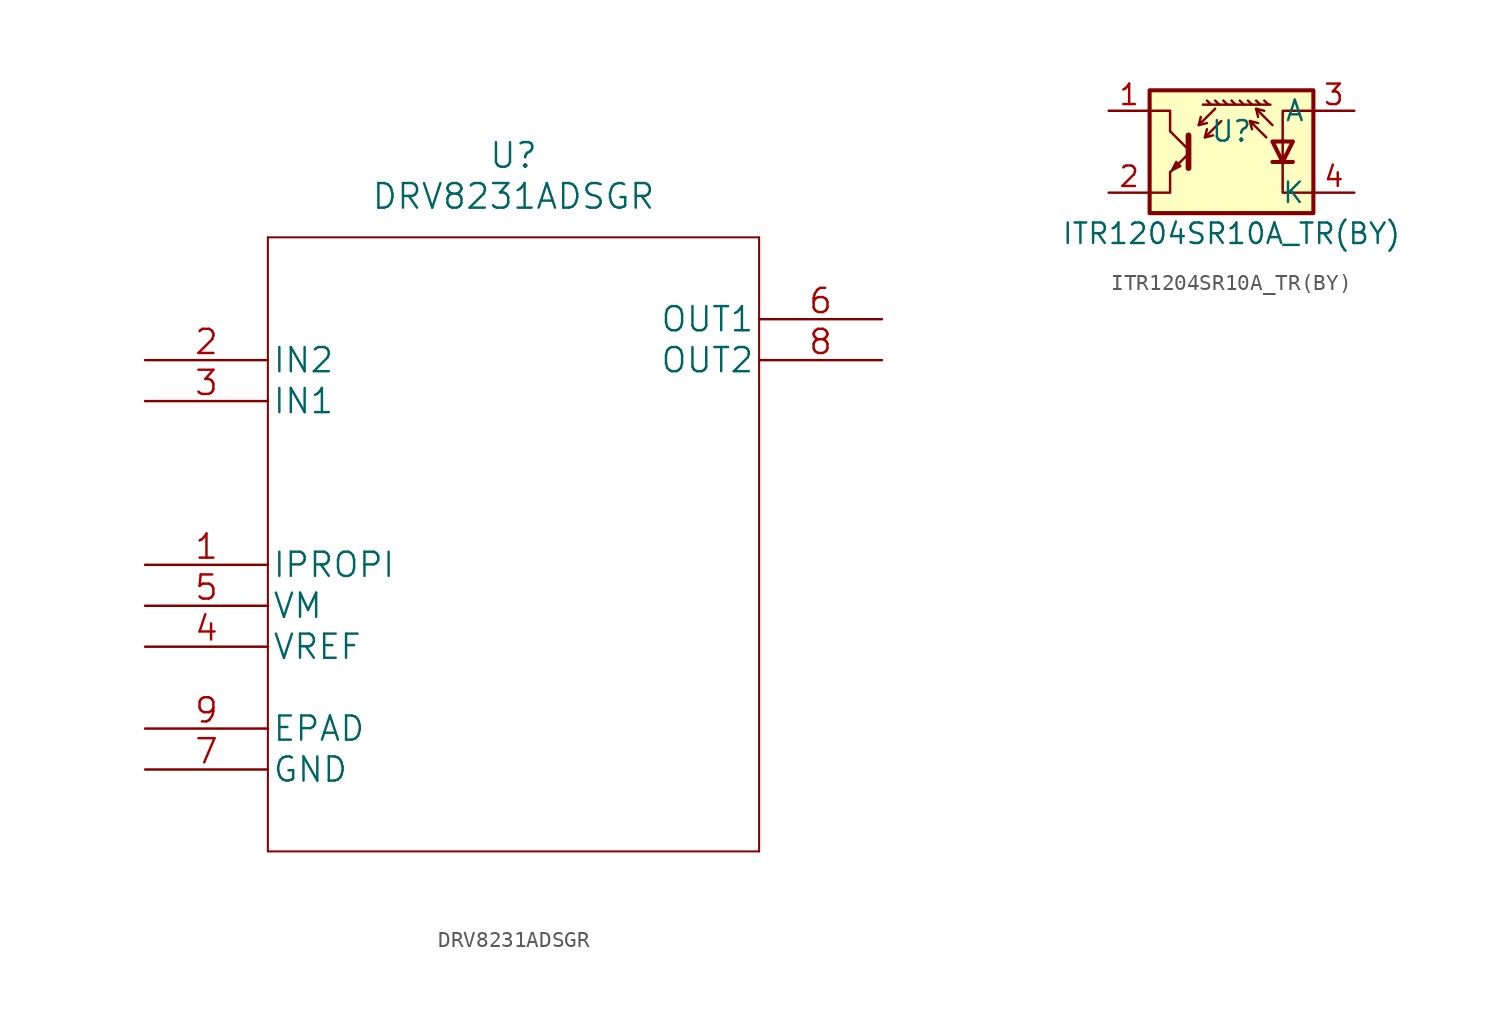
<source format=kicad_sym>
(kicad_symbol_lib
  (version 20241209)
  (generator "kicad_symbol_editor")
  (generator_version "9.0")
  (symbol "DRV8231ADSGR"
    (pin_names
      (offset 0.254))
    (property "Reference" "U"
      (at 22.86 12.7 0)
      (effects (font (size 1.524 1.524))))
    (property "Value" "DRV8231ADSGR"
      (at 22.86 10.16 0)
      (effects (font (size 1.524 1.524))))
    (property "Datasheet" ""
      (at 0 0 0)
      (effects (font (size 1.524 1.524))))
    (property "ki_locked" ""
      (at 0 0 0)
      (effects (font (size 1.27 1.27))))
    (symbol "DRV8231ADSGR_1_1"
      (polyline (pts (xy 7.62 7.62) (xy 7.62 -30.48)) (stroke (width 0.127) (type default)) (fill (type none)))
      (polyline (pts (xy 7.62 -30.48) (xy 38.1 -30.48)) (stroke (width 0.127) (type default)) (fill (type none)))
      (polyline (pts (xy 38.1 7.62) (xy 7.62 7.62)) (stroke (width 0.127) (type default)) (fill (type none)))
      (polyline (pts (xy 38.1 -30.48) (xy 38.1 7.62)) (stroke (width 0.127) (type default)) (fill (type none)))
      (pin input line (at 0 0 0) (length 7.62) (name "IN2" (effects (font (size 1.499 1.499)))) (number "2" (effects (font (size 1.499 1.499)))))
      (pin input line (at 0 -2.54 0) (length 7.62) (name "IN1" (effects (font (size 1.499 1.499)))) (number "3" (effects (font (size 1.499 1.499)))))
      (pin power_in line (at 0 -12.7 0) (length 7.62) (name "IPROPI" (effects (font (size 1.499 1.499)))) (number "1" (effects (font (size 1.499 1.499)))))
      (pin power_in line (at 0 -15.24 0) (length 7.62) (name "VM" (effects (font (size 1.499 1.499)))) (number "5" (effects (font (size 1.499 1.499)))))
      (pin power_in line (at 0 -17.78 0) (length 7.62) (name "VREF" (effects (font (size 1.499 1.499)))) (number "4" (effects (font (size 1.499 1.499)))))
      (pin power_in line (at 0 -22.86 0) (length 7.62) (name "EPAD" (effects (font (size 1.499 1.499)))) (number "9" (effects (font (size 1.499 1.499)))))
      (pin power_in line (at 0 -25.4 0) (length 7.62) (name "GND" (effects (font (size 1.499 1.499)))) (number "7" (effects (font (size 1.499 1.499)))))
      (pin output line (at 45.72 2.54 180) (length 7.62) (name "OUT1" (effects (font (size 1.499 1.499)))) (number "6" (effects (font (size 1.499 1.499)))))
      (pin output line (at 45.72 0 180) (length 7.62) (name "OUT2" (effects (font (size 1.499 1.499)))) (number "8" (effects (font (size 1.499 1.499)))))))
  (symbol "ITR1204SR10A_TR(BY)"
    (property "Reference" "U"
      (at 0 3.81 0)
      (effects (font (size 1.27 1.27))))
    (property "Value" "ITR1204SR10A_TR(BY)"
      (at 0 -2.54 0)
      (effects (font (size 1.27 1.27))))
    (symbol "ITR1204SR10A_TR(BY)_0_1"
      (polyline (pts (xy -3.81 3.81) (xy -3.81 5.08) (xy -5.08 5.08)) (stroke (width 0) (type default)) (fill (type none)))
      (polyline (pts (xy -3.81 1.27) (xy -3.81 0) (xy -5.08 0)) (stroke (width 0) (type default)) (fill (type none)))
      (polyline (pts (xy -3.683 1.397) (xy -3.429 1.905) (xy -3.175 1.651) (xy -3.683 1.397)) (stroke (width 0) (type default)) (fill (type none)))
      (polyline (pts (xy -2.667 3.556) (xy -2.667 1.524) (xy -2.667 1.524)) (stroke (width 0.356) (type default)) (fill (type none)))
      (polyline (pts (xy -2.667 2.667) (xy -3.81 3.81)) (stroke (width 0) (type default)) (fill (type none)))
      (polyline (pts (xy -2.667 2.413) (xy -3.81 1.27)) (stroke (width 0) (type default)) (fill (type none)))
      (polyline (pts (xy -2.032 4.191) (xy -1.524 4.318)) (stroke (width 0) (type default)) (fill (type none)))
      (polyline (pts (xy -1.778 5.461) (xy 2.413 5.461)) (stroke (width 0) (type default)) (fill (type none)))
      (polyline (pts (xy -1.651 3.429) (xy -1.143 3.556)) (stroke (width 0) (type default)) (fill (type none)))
      (polyline (pts (xy -1.27 5.461) (xy -1.524 5.715)) (stroke (width 0) (type default)) (fill (type none)))
      (polyline (pts (xy -1.016 5.207) (xy -2.032 4.191) (xy -1.905 4.699)) (stroke (width 0) (type default)) (fill (type none)))
      (polyline (pts (xy -0.762 5.461) (xy -1.016 5.715)) (stroke (width 0) (type default)) (fill (type none)))
      (polyline (pts (xy -0.635 4.445) (xy -1.651 3.429) (xy -1.524 3.937)) (stroke (width 0) (type default)) (fill (type none)))
      (polyline (pts (xy -0.254 5.461) (xy -0.508 5.715)) (stroke (width 0) (type default)) (fill (type none)))
      (polyline (pts (xy 0.254 5.461) (xy 0 5.715)) (stroke (width 0) (type default)) (fill (type none)))
      (polyline (pts (xy 0.762 5.461) (xy 0.508 5.715)) (stroke (width 0) (type default)) (fill (type none)))
      (polyline (pts (xy 1.143 4.445) (xy 1.27 3.937)) (stroke (width 0) (type default)) (fill (type none)))
      (polyline (pts (xy 1.27 5.461) (xy 1.016 5.715)) (stroke (width 0) (type default)) (fill (type none)))
      (polyline (pts (xy 1.524 5.207) (xy 1.651 4.699)) (stroke (width 0) (type default)) (fill (type none)))
      (polyline (pts (xy 1.778 5.461) (xy 1.524 5.715)) (stroke (width 0) (type default)) (fill (type none)))
      (polyline (pts (xy 2.159 3.429) (xy 1.143 4.445) (xy 1.651 4.318)) (stroke (width 0) (type default)) (fill (type none)))
      (polyline (pts (xy 2.286 5.461) (xy 2.032 5.715)) (stroke (width 0) (type default)) (fill (type none)))
      (polyline (pts (xy 2.54 4.191) (xy 1.524 5.207) (xy 2.032 5.08)) (stroke (width 0) (type default)) (fill (type none)))
      (polyline (pts (xy 3.175 1.905) (xy 3.81 3.175) (xy 2.54 3.175) (xy 3.175 1.905)) (stroke (width 0.254) (type default)) (fill (type none)))
      (polyline (pts (xy 3.81 1.905) (xy 2.54 1.905)) (stroke (width 0.254) (type default)) (fill (type none)))
      (polyline (pts (xy 5.08 0) (xy 3.175 0) (xy 3.175 5.08) (xy 5.08 5.08)) (stroke (width 0) (type default)) (fill (type none)))
      (polyline (pts (xy 5.08 -1.27) (xy -5.08 -1.27) (xy -5.08 6.35) (xy 5.08 6.35) (xy 5.08 -1.27)) (stroke (width 0.254) (type default)) (fill (type background))))
    (symbol "ITR1204SR10A_TR(BY)_1_1"
      (pin passive line (at -7.62 5.08 0) (length 2.54) (name "~" (effects (font (size 1.27 1.27)))) (number "1" (effects (font (size 1.27 1.27)))))
      (pin passive line (at -7.62 0 0) (length 2.54) (name "~" (effects (font (size 1.27 1.27)))) (number "2" (effects (font (size 1.27 1.27)))))
      (pin passive line (at 7.62 5.08 180) (length 2.54) (name "A" (effects (font (size 1.27 1.27)))) (number "3" (effects (font (size 1.27 1.27)))))
      (pin passive line (at 7.62 0 180) (length 2.54) (name "K" (effects (font (size 1.27 1.27)))) (number "4" (effects (font (size 1.27 1.27))))))))
</source>
